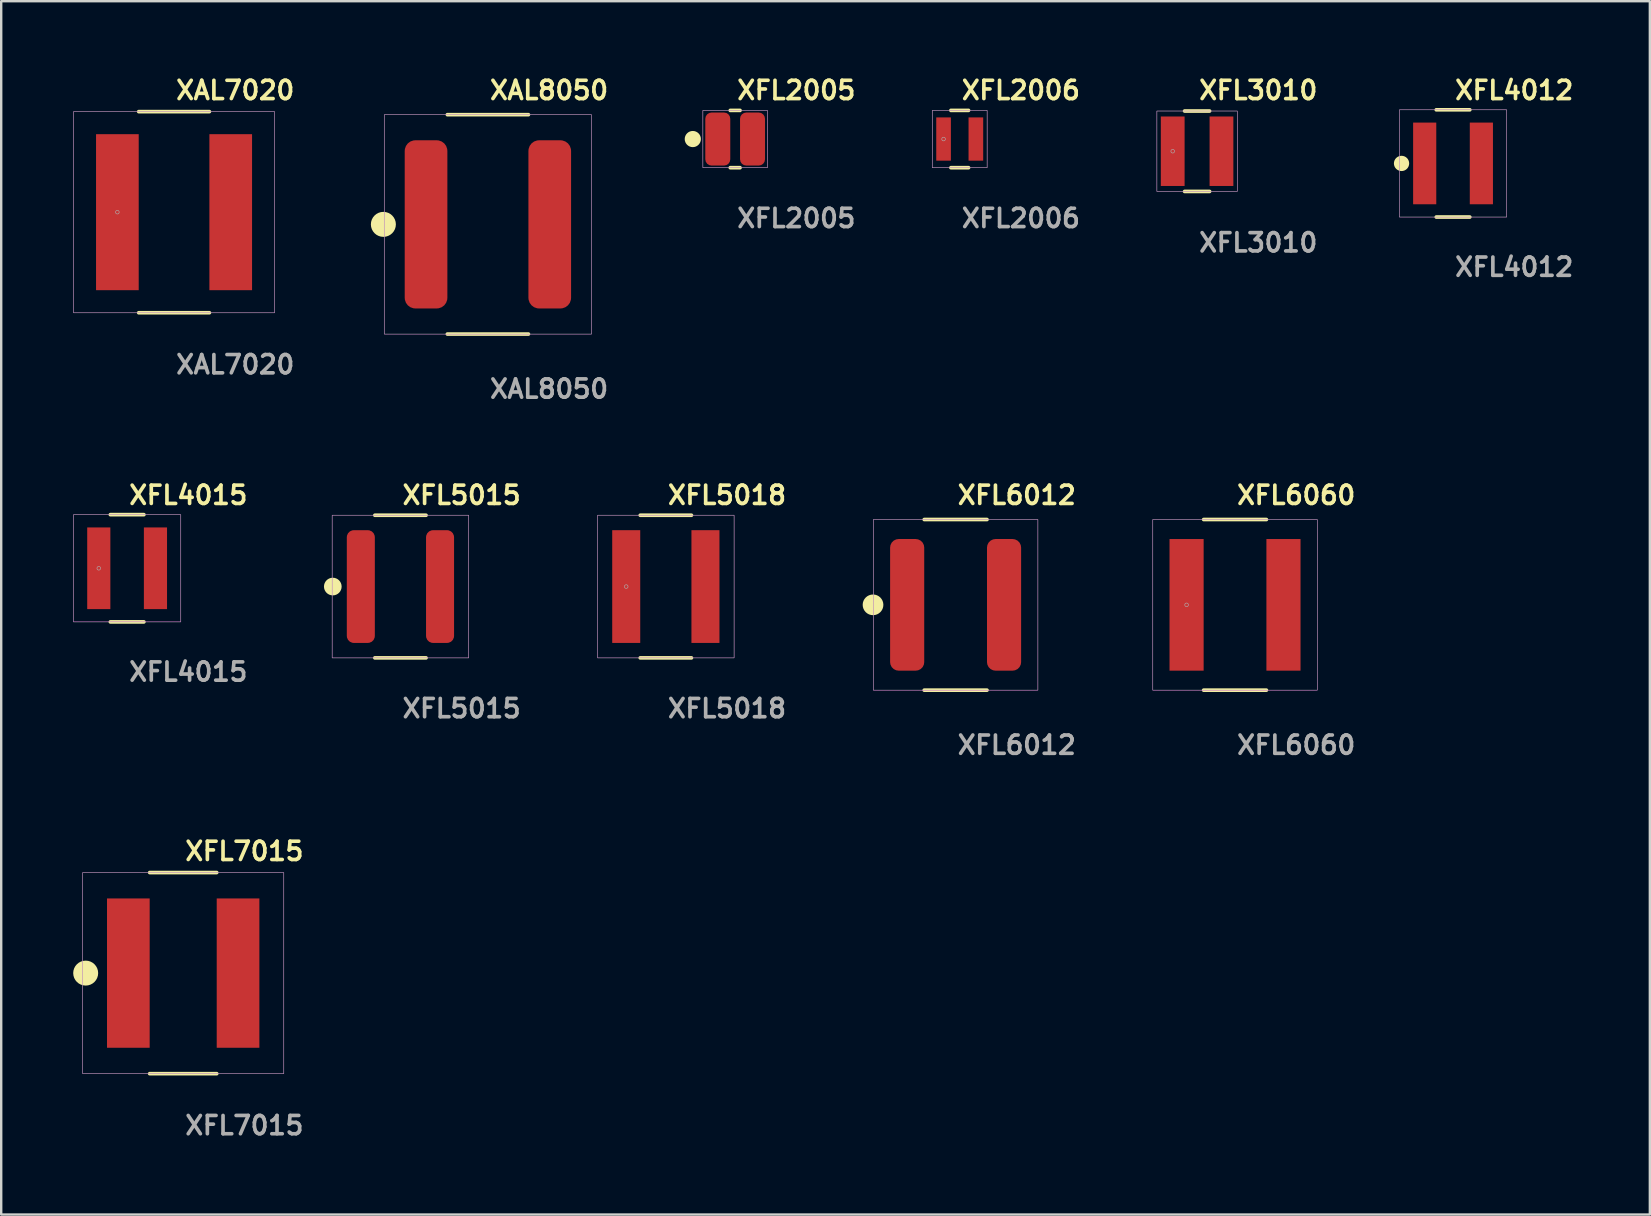
<source format=kicad_pcb>
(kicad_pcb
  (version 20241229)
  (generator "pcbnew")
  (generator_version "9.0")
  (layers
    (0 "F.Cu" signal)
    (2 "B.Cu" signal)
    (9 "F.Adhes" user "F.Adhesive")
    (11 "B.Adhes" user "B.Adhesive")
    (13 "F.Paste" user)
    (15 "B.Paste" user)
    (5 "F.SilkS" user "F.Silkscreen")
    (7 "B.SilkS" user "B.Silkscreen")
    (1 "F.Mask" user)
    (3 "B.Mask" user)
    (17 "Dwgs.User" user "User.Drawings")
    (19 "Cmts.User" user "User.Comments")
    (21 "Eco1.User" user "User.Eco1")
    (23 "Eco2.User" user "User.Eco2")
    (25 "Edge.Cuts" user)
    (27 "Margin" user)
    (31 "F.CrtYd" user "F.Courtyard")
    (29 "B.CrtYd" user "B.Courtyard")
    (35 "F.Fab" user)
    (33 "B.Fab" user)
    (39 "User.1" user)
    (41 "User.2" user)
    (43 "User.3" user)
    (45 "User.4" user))
  (footprint "XFL5015"
    (layer "F.Cu")
    (at 13.639 21.396)
    (property "Reference" "XFL5015" (at 0 -3.81 0) (unlocked yes) (layer "F.SilkS") (effects (font (size 0.762 0.762) (thickness 0.152)) (justify left)))
    (fp_line (start 1.067 -2.972) (end -1.067 -2.972) (stroke (width 0.152) (type solid)) (layer "F.SilkS"))
    (fp_line (start 1.067 2.972) (end -1.067 2.972) (stroke (width 0.152) (type solid)) (layer "F.SilkS"))
    (fp_circle (center -2.819 0) (end -3.111 0) (stroke (width 0.152) (type solid)) (fill yes) (layer "F.SilkS"))
    (fp_rect (start -2.845 -2.972) (end 2.845 2.972) (stroke (width 0.006) (type solid)) (fill no) (layer "F.CrtYd"))
    (fp_rect (start -2.845 -2.972) (end 2.845 2.972) (stroke (width 0.025) (type default)) (fill no) (layer "F.Fab"))
    (fp_text user "${REFERENCE}" (at 0 5.08 0) (unlocked yes) (layer "F.Fab") (effects (font (size 0.762 0.762) (thickness 0.152)) (justify left)))
    (pad "1" smd roundrect (at -1.651 0) (size 1.168 4.699) (layers "F.Cu" "F.Mask" "F.Paste") (roundrect_rratio 0.25))
    (pad "2" smd roundrect (at 1.651 0) (size 1.168 4.699) (layers "F.Cu" "F.Mask" "F.Paste") (roundrect_rratio 0.25)))
  (footprint "XAL8050"
    (layer "F.Cu")
    (at 17.284 6.301)
    (property "Reference" "XAL8050" (at 0 -5.588 0) (unlocked yes) (layer "F.SilkS") (effects (font (size 0.762 0.762) (thickness 0.152)) (justify left)))
    (fp_line (start 1.689 -4.572) (end -1.689 -4.572) (stroke (width 0.152) (type solid)) (layer "F.SilkS"))
    (fp_line (start 1.689 4.572) (end -1.689 4.572) (stroke (width 0.152) (type solid)) (layer "F.SilkS"))
    (fp_circle (center -4.356 0) (end -4.801 0) (stroke (width 0.152) (type solid)) (fill yes) (layer "F.SilkS"))
    (fp_rect (start -4.318 -4.572) (end 4.318 4.572) (stroke (width 0.006) (type solid)) (fill no) (layer "F.CrtYd"))
    (fp_rect (start -4.318 -4.572) (end 4.318 4.572) (stroke (width 0.025) (type default)) (fill no) (layer "F.Fab"))
    (fp_text user "${REFERENCE}" (at 0 6.858 0) (unlocked yes) (layer "F.Fab") (effects (font (size 0.762 0.762) (thickness 0.152)) (justify left)))
    (pad "1" smd roundrect (at -2.578 0) (size 1.778 7.01) (layers "F.Cu" "F.Mask" "F.Paste") (roundrect_rratio 0.25))
    (pad "2" smd roundrect (at 2.578 0) (size 1.778 7.01) (layers "F.Cu" "F.Mask" "F.Paste") (roundrect_rratio 0.25)))
  (footprint "XFL4015"
    (layer "F.Cu")
    (at 2.248 20.634)
    (property "Reference" "XFL4015" (at 0 -3.048 0) (unlocked yes) (layer "F.SilkS") (effects (font (size 0.762 0.762) (thickness 0.152)) (justify left)))
    (fp_line (start 0.699 -2.235) (end -0.699 -2.235) (stroke (width 0.152) (type solid)) (layer "F.SilkS"))
    (fp_line (start 0.699 2.235) (end -0.699 2.235) (stroke (width 0.152) (type solid)) (layer "F.SilkS"))
    (fp_rect (start -2.235 -2.235) (end 2.235 2.235) (stroke (width 0.006) (type solid)) (fill no) (layer "F.CrtYd"))
    (fp_rect (start -2.235 -2.235) (end 2.235 2.235) (stroke (width 0.025) (type default)) (fill no) (layer "F.Fab"))
    (fp_circle (center -1.181 0) (end -1.105 0) (stroke (width 0.025) (type solid)) (fill no) (layer "F.Fab"))
    (fp_text user "${REFERENCE}" (at 0 4.318 0) (unlocked yes) (layer "F.Fab") (effects (font (size 0.762 0.762) (thickness 0.152)) (justify left)))
    (pad "1" smd rect (at -1.181 0) (size 0.965 3.404) (layers "F.Cu" "F.Mask" "F.Paste"))
    (pad "2" smd rect (at 1.181 0) (size 0.965 3.404) (layers "F.Cu" "F.Mask" "F.Paste")))
  (footprint "XAL7020"
    (layer "F.Cu")
    (at 4.204 5.793)
    (property "Reference" "XAL7020" (at 0 -5.08 0) (unlocked yes) (layer "F.SilkS") (effects (font (size 0.762 0.762) (thickness 0.152)) (justify left)))
    (fp_line (start 1.473 -4.191) (end -1.473 -4.191) (stroke (width 0.152) (type solid)) (layer "F.SilkS"))
    (fp_line (start 1.473 4.191) (end -1.473 4.191) (stroke (width 0.152) (type solid)) (layer "F.SilkS"))
    (fp_rect (start -4.191 -4.191) (end 4.191 4.191) (stroke (width 0.006) (type solid)) (fill no) (layer "F.CrtYd"))
    (fp_rect (start -4.191 -4.191) (end 4.191 4.191) (stroke (width 0.025) (type default)) (fill no) (layer "F.Fab"))
    (fp_circle (center -2.362 0) (end -2.286 0) (stroke (width 0.025) (type solid)) (fill no) (layer "F.Fab"))
    (fp_text user "${REFERENCE}" (at 0 6.35 0) (unlocked yes) (layer "F.Fab") (effects (font (size 0.762 0.762) (thickness 0.152)) (justify left)))
    (pad "1" smd rect (at -2.362 0) (size 1.778 6.502) (layers "F.Cu" "F.Mask" "F.Paste"))
    (pad "2" smd rect (at 2.362 0) (size 1.778 6.502) (layers "F.Cu" "F.Mask" "F.Paste")))
  (footprint "XFL6012"
    (layer "F.Cu")
    (at 36.777 22.158)
    (property "Reference" "XFL6012" (at 0 -4.572 0) (unlocked yes) (layer "F.SilkS") (effects (font (size 0.762 0.762) (thickness 0.152)) (justify left)))
    (fp_line (start 1.308 -3.556) (end -1.308 -3.556) (stroke (width 0.152) (type solid)) (layer "F.SilkS"))
    (fp_line (start 1.308 3.556) (end -1.308 3.556) (stroke (width 0.152) (type solid)) (layer "F.SilkS"))
    (fp_circle (center -3.442 0) (end -3.797 0) (stroke (width 0.152) (type solid)) (fill yes) (layer "F.SilkS"))
    (fp_rect (start -3.429 -3.556) (end 3.429 3.556) (stroke (width 0.006) (type solid)) (fill no) (layer "F.CrtYd"))
    (fp_rect (start -3.429 -3.556) (end 3.429 3.556) (stroke (width 0.025) (type default)) (fill no) (layer "F.Fab"))
    (fp_text user "${REFERENCE}" (at 0 5.842 0) (unlocked yes) (layer "F.Fab") (effects (font (size 0.762 0.762) (thickness 0.152)) (justify left)))
    (pad "1" smd roundrect (at -2.019 0) (size 1.422 5.486) (layers "F.Cu" "F.Mask" "F.Paste") (roundrect_rratio 0.25))
    (pad "2" smd roundrect (at 2.019 0) (size 1.422 5.486) (layers "F.Cu" "F.Mask" "F.Paste") (roundrect_rratio 0.25)))
  (footprint "XFL6060"
    (layer "F.Cu")
    (at 48.422 22.158)
    (property "Reference" "XFL6060" (at 0 -4.572 0) (unlocked yes) (layer "F.SilkS") (effects (font (size 0.762 0.762) (thickness 0.152)) (justify left)))
    (fp_line (start 1.308 -3.556) (end -1.308 -3.556) (stroke (width 0.152) (type solid)) (layer "F.SilkS"))
    (fp_line (start 1.308 3.556) (end -1.308 3.556) (stroke (width 0.152) (type solid)) (layer "F.SilkS"))
    (fp_rect (start -3.429 -3.556) (end 3.429 3.556) (stroke (width 0.006) (type solid)) (fill no) (layer "F.CrtYd"))
    (fp_rect (start -3.429 -3.556) (end 3.429 3.556) (stroke (width 0.025) (type default)) (fill no) (layer "F.Fab"))
    (fp_circle (center -2.019 0) (end -1.943 0) (stroke (width 0.025) (type solid)) (fill no) (layer "F.Fab"))
    (fp_text user "${REFERENCE}" (at 0 5.842 0) (unlocked yes) (layer "F.Fab") (effects (font (size 0.762 0.762) (thickness 0.152)) (justify left)))
    (pad "1" smd rect (at -2.019 0) (size 1.422 5.486) (layers "F.Cu" "F.Mask" "F.Paste"))
    (pad "2" smd rect (at 2.019 0) (size 1.422 5.486) (layers "F.Cu" "F.Mask" "F.Paste")))
  (footprint "XFL5018"
    (layer "F.Cu")
    (at 24.7 21.396)
    (property "Reference" "XFL5018" (at 0 -3.81 0) (unlocked yes) (layer "F.SilkS") (effects (font (size 0.762 0.762) (thickness 0.152)) (justify left)))
    (fp_line (start 1.067 -2.972) (end -1.067 -2.972) (stroke (width 0.152) (type solid)) (layer "F.SilkS"))
    (fp_line (start 1.067 2.972) (end -1.067 2.972) (stroke (width 0.152) (type solid)) (layer "F.SilkS"))
    (fp_rect (start -2.845 -2.972) (end 2.845 2.972) (stroke (width 0.006) (type solid)) (fill no) (layer "F.CrtYd"))
    (fp_rect (start -2.845 -2.972) (end 2.845 2.972) (stroke (width 0.025) (type default)) (fill no) (layer "F.Fab"))
    (fp_circle (center -1.651 0) (end -1.575 0) (stroke (width 0.025) (type solid)) (fill no) (layer "F.Fab"))
    (fp_text user "${REFERENCE}" (at 0 5.08 0) (unlocked yes) (layer "F.Fab") (effects (font (size 0.762 0.762) (thickness 0.152)) (justify left)))
    (pad "1" smd rect (at -1.651 0) (size 1.168 4.699) (layers "F.Cu" "F.Mask" "F.Paste"))
    (pad "2" smd rect (at 1.651 0) (size 1.168 4.699) (layers "F.Cu" "F.Mask" "F.Paste")))
  (footprint "XFL4012"
    (layer "F.Cu")
    (at 57.508 3.761)
    (property "Reference" "XFL4012" (at 0 -3.048 0) (unlocked yes) (layer "F.SilkS") (effects (font (size 0.762 0.762) (thickness 0.152)) (justify left)))
    (fp_line (start 0.699 -2.235) (end -0.699 -2.235) (stroke (width 0.152) (type solid)) (layer "F.SilkS"))
    (fp_line (start 0.699 2.235) (end -0.699 2.235) (stroke (width 0.152) (type solid)) (layer "F.SilkS"))
    (fp_circle (center -2.146 0) (end -2.388 0) (stroke (width 0.152) (type solid)) (fill yes) (layer "F.SilkS"))
    (fp_rect (start -2.235 -2.235) (end 2.235 2.235) (stroke (width 0.006) (type solid)) (fill no) (layer "F.CrtYd"))
    (fp_rect (start -2.235 -2.235) (end 2.235 2.235) (stroke (width 0.025) (type default)) (fill no) (layer "F.Fab"))
    (fp_text user "${REFERENCE}" (at 0 4.318 0) (unlocked yes) (layer "F.Fab") (effects (font (size 0.762 0.762) (thickness 0.152)) (justify left)))
    (pad "1" smd rect (at -1.181 0) (size 0.965 3.404) (layers "F.Cu" "F.Mask" "F.Paste"))
    (pad "2" smd rect (at 1.181 0) (size 0.965 3.404) (layers "F.Cu" "F.Mask" "F.Paste")))
  (footprint "XFL3010"
    (layer "F.Cu")
    (at 46.841 3.253)
    (property "Reference" "XFL3010" (at 0 -2.54 0) (unlocked yes) (layer "F.SilkS") (effects (font (size 0.762 0.762) (thickness 0.152)) (justify left)))
    (fp_line (start 0.521 -1.676) (end -0.521 -1.676) (stroke (width 0.152) (type solid)) (layer "F.SilkS"))
    (fp_line (start 0.521 1.676) (end -0.521 1.676) (stroke (width 0.152) (type solid)) (layer "F.SilkS"))
    (fp_rect (start -1.676 -1.676) (end 1.676 1.676) (stroke (width 0.006) (type solid)) (fill no) (layer "F.CrtYd"))
    (fp_rect (start -1.676 -1.676) (end 1.676 1.676) (stroke (width 0.025) (type default)) (fill no) (layer "F.Fab"))
    (fp_circle (center -1.016 0) (end -0.94 0) (stroke (width 0.025) (type solid)) (fill no) (layer "F.Fab"))
    (fp_text user "${REFERENCE}" (at 0 3.81 0) (unlocked yes) (layer "F.Fab") (effects (font (size 0.762 0.762) (thickness 0.152)) (justify left)))
    (pad "1" smd rect (at -1.016 0) (size 0.991 2.896) (layers "F.Cu" "F.Mask" "F.Paste"))
    (pad "2" smd rect (at 1.016 0) (size 0.991 2.896) (layers "F.Cu" "F.Mask" "F.Paste")))
  (footprint "XFL7015"
    (layer "F.Cu")
    (at 4.585 37.506)
    (property "Reference" "XFL7015" (at 0 -5.08 0) (unlocked yes) (layer "F.SilkS") (effects (font (size 0.762 0.762) (thickness 0.152)) (justify left)))
    (fp_line (start 1.397 -4.191) (end -1.397 -4.191) (stroke (width 0.152) (type solid)) (layer "F.SilkS"))
    (fp_line (start 1.397 4.191) (end -1.397 4.191) (stroke (width 0.152) (type solid)) (layer "F.SilkS"))
    (fp_circle (center -4.064 0) (end -4.508 0) (stroke (width 0.152) (type solid)) (fill yes) (layer "F.SilkS"))
    (fp_rect (start -4.191 -4.191) (end 4.191 4.191) (stroke (width 0.006) (type solid)) (fill no) (layer "F.CrtYd"))
    (fp_rect (start -4.191 -4.191) (end 4.191 4.191) (stroke (width 0.025) (type default)) (fill no) (layer "F.Fab"))
    (fp_text user "${REFERENCE}" (at 0 6.35 0) (unlocked yes) (layer "F.Fab") (effects (font (size 0.762 0.762) (thickness 0.152)) (justify left)))
    (pad "1" smd rect (at -2.286 0) (size 1.778 6.223) (layers "F.Cu" "F.Mask" "F.Paste"))
    (pad "2" smd rect (at 2.286 0) (size 1.778 6.223) (layers "F.Cu" "F.Mask" "F.Paste")))
  (footprint "XFL2005"
    (layer "F.Cu")
    (at 27.589 2.745)
    (property "Reference" "XFL2005" (at 0 -2.032 0) (unlocked yes) (layer "F.SilkS") (effects (font (size 0.762 0.762) (thickness 0.152)) (justify left)))
    (fp_line (start 0.203 -1.194) (end -0.203 -1.194) (stroke (width 0.152) (type solid)) (layer "F.SilkS"))
    (fp_line (start 0.203 1.194) (end -0.203 1.194) (stroke (width 0.152) (type solid)) (layer "F.SilkS"))
    (fp_circle (center -1.765 0) (end -2.026 0) (stroke (width 0.152) (type solid)) (fill yes) (layer "F.SilkS"))
    (fp_rect (start -1.346 -1.194) (end 1.346 1.194) (stroke (width 0.006) (type solid)) (fill no) (layer "F.CrtYd"))
    (fp_rect (start -1.346 -1.194) (end 1.346 1.194) (stroke (width 0.025) (type default)) (fill no) (layer "F.Fab"))
    (fp_text user "${REFERENCE}" (at 0 3.302 0) (unlocked yes) (layer "F.Fab") (effects (font (size 0.762 0.762) (thickness 0.152)) (justify left)))
    (pad "1" smd roundrect (at -0.724 0) (size 1.041 2.21) (layers "F.Cu" "F.Mask" "F.Paste") (roundrect_rratio 0.25))
    (pad "2" smd roundrect (at 0.724 0) (size 1.041 2.21) (layers "F.Cu" "F.Mask" "F.Paste") (roundrect_rratio 0.25)))
  (footprint "XFL2006"
    (layer "F.Cu")
    (at 36.948 2.745)
    (property "Reference" "XFL2006" (at 0 -2.032 0) (unlocked yes) (layer "F.SilkS") (effects (font (size 0.762 0.762) (thickness 0.152)) (justify left)))
    (fp_line (start 0.368 -1.194) (end -0.368 -1.194) (stroke (width 0.152) (type solid)) (layer "F.SilkS"))
    (fp_line (start 0.368 1.194) (end -0.368 1.194) (stroke (width 0.152) (type solid)) (layer "F.SilkS"))
    (fp_rect (start -1.143 -1.194) (end 1.143 1.194) (stroke (width 0.006) (type solid)) (fill no) (layer "F.CrtYd"))
    (fp_rect (start -1.143 -1.194) (end 1.143 1.194) (stroke (width 0.025) (type default)) (fill no) (layer "F.Fab"))
    (fp_circle (center -0.673 0) (end -0.597 0) (stroke (width 0.025) (type solid)) (fill no) (layer "F.Fab"))
    (fp_text user "${REFERENCE}" (at 0 3.302 0) (unlocked yes) (layer "F.Fab") (effects (font (size 0.762 0.762) (thickness 0.152)) (justify left)))
    (pad "1" smd rect (at -0.673 0) (size 0.61 1.803) (layers "F.Cu" "F.Mask" "F.Paste"))
    (pad "2" smd rect (at 0.673 0) (size 0.61 1.803) (layers "F.Cu" "F.Mask" "F.Paste")))
  (gr_rect
    (start -3 -3)
    (end 65.711 47.569)
    (stroke (width 0.1) (type default))
    (fill no)
    (layer "Edge.Cuts")))
</source>
